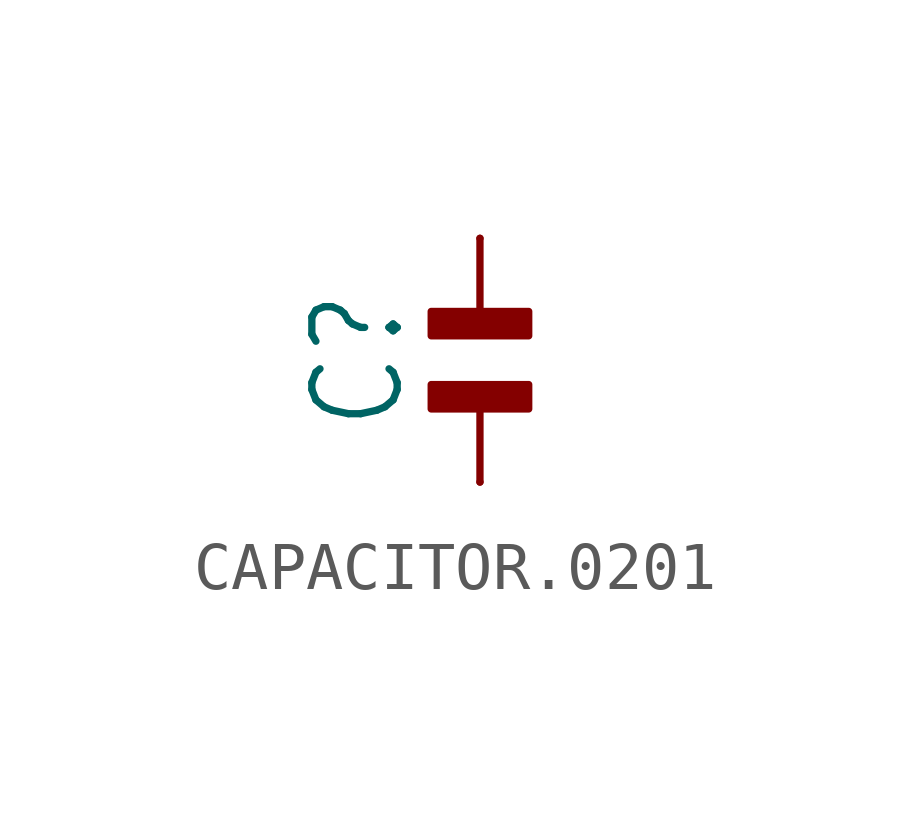
<source format=kicad_sym>
(kicad_symbol_lib
  (version 20220914)
  (generator kicad_symbol_editor)
  (symbol "CAPACITOR.0201"
    (property "Reference" "C"
      (at -2.54 0 90)
      (effects (font (size 1.778 1.511))))
    (property "Value" ""
      (at 2.54 0 90)
      (effects (font (size 1.778 1.511))))
    (property "ki_locked" ""
      (at 0 0 0)
      (effects (font (size 1.27 1.27))))
    (symbol "CAPACITOR.0201_1_0"
      (polyline (pts (xy 0 -0.889) (xy 0 -2.54)) (stroke (width 0.152) (type solid)) (fill (type none)))
      (polyline (pts (xy 0 2.54) (xy 0 0.889)) (stroke (width 0.152) (type solid)) (fill (type none)))
      (rectangle (start 1.016 -1.016) (end -1.016 -0.508) (stroke (width 0) (type default)) (fill (type outline)))
      (rectangle (start 1.016 0.508) (end -1.016 1.016) (stroke (width 0) (type default)) (fill (type outline)))
      (pin bidirectional line (at 0 2.54 270) (length 0) (name "1" (effects (font (size 0 0)))) (number "1" (effects (font (size 0 0)))))
      (pin bidirectional line (at 0 -2.54 90) (length 0) (name "2" (effects (font (size 0 0)))) (number "2" (effects (font (size 0 0))))))))
</source>
